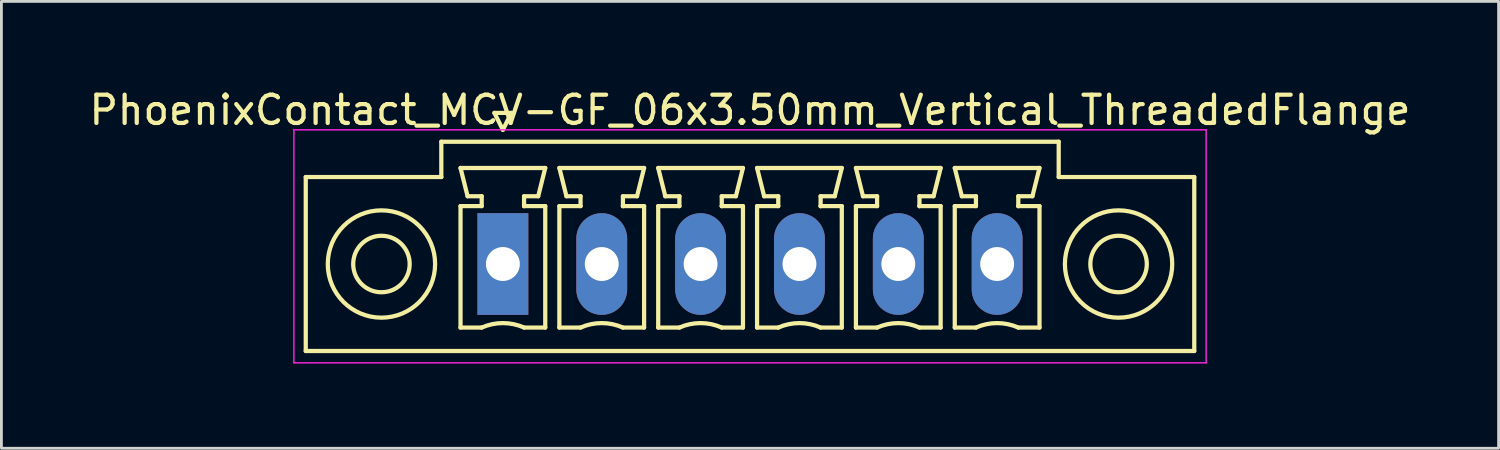
<source format=kicad_pcb>
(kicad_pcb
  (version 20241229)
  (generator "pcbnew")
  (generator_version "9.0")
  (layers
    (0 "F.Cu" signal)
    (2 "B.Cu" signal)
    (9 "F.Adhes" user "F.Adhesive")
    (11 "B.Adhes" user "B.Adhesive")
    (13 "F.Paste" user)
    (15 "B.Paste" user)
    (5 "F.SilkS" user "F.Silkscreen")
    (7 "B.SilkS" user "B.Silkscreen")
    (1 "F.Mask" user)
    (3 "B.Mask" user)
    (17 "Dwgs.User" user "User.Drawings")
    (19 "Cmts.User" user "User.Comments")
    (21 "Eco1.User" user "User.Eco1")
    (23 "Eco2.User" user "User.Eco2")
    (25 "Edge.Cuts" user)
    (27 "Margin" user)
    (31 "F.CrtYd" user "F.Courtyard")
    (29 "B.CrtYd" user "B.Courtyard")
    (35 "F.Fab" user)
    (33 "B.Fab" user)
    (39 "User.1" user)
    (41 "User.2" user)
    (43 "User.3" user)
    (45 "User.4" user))
  (footprint "PhoenixContact_MCV-GF_06x3.50mm_Vertical_ThreadedFlange"
    (layer "F.Cu")
    (at 14.756 6.298)
    (property "Reference" "PhoenixContact_MCV-GF_06x3.50mm_Vertical_ThreadedFlange" (at 8.75 -5.45 0) (layer "F.SilkS") (effects (font (size 1 1) (thickness 0.15))))
    (attr through_hole)
    (fp_line (start -6.98 -3.08) (end -6.98 3.08) (stroke (width 0.15) (type solid)) (layer "F.SilkS"))
    (fp_line (start -6.98 3.08) (end 24.48 3.08) (stroke (width 0.15) (type solid)) (layer "F.SilkS"))
    (fp_line (start -2.18 -4.33) (end -2.18 -3.08) (stroke (width 0.15) (type solid)) (layer "F.SilkS"))
    (fp_line (start -2.18 -3.08) (end -6.98 -3.08) (stroke (width 0.15) (type solid)) (layer "F.SilkS"))
    (fp_line (start -1.5 -3.4) (end 1.5 -3.4) (stroke (width 0.15) (type solid)) (layer "F.SilkS"))
    (fp_line (start -1.5 -2.05) (end -0.75 -2.05) (stroke (width 0.15) (type solid)) (layer "F.SilkS"))
    (fp_line (start -1.5 2.25) (end -1.5 -2.05) (stroke (width 0.15) (type solid)) (layer "F.SilkS"))
    (fp_line (start -1.25 -2.4) (end -1.5 -3.4) (stroke (width 0.15) (type solid)) (layer "F.SilkS"))
    (fp_line (start -0.75 -2.4) (end -1.25 -2.4) (stroke (width 0.15) (type solid)) (layer "F.SilkS"))
    (fp_line (start -0.75 -2.05) (end -0.75 -2.4) (stroke (width 0.15) (type solid)) (layer "F.SilkS"))
    (fp_line (start -0.75 2.25) (end -1.5 2.25) (stroke (width 0.15) (type solid)) (layer "F.SilkS"))
    (fp_line (start -0.3 -5.35) (end 0 -4.75) (stroke (width 0.15) (type solid)) (layer "F.SilkS"))
    (fp_line (start 0 -4.75) (end 0.3 -5.35) (stroke (width 0.15) (type solid)) (layer "F.SilkS"))
    (fp_line (start 0.3 -5.35) (end -0.3 -5.35) (stroke (width 0.15) (type solid)) (layer "F.SilkS"))
    (fp_line (start 0.75 -2.4) (end 0.75 -2.05) (stroke (width 0.15) (type solid)) (layer "F.SilkS"))
    (fp_line (start 0.75 -2.05) (end 0.75 -2.05) (stroke (width 0.15) (type solid)) (layer "F.SilkS"))
    (fp_line (start 0.75 -2.05) (end 1.5 -2.05) (stroke (width 0.15) (type solid)) (layer "F.SilkS"))
    (fp_line (start 1.25 -2.4) (end 0.75 -2.4) (stroke (width 0.15) (type solid)) (layer "F.SilkS"))
    (fp_line (start 1.5 -3.4) (end 1.25 -2.4) (stroke (width 0.15) (type solid)) (layer "F.SilkS"))
    (fp_line (start 1.5 -2.05) (end 1.5 2.25) (stroke (width 0.15) (type solid)) (layer "F.SilkS"))
    (fp_line (start 1.5 2.25) (end 0.75 2.25) (stroke (width 0.15) (type solid)) (layer "F.SilkS"))
    (fp_line (start 2 -3.4) (end 5 -3.4) (stroke (width 0.15) (type solid)) (layer "F.SilkS"))
    (fp_line (start 2 -2.05) (end 2.75 -2.05) (stroke (width 0.15) (type solid)) (layer "F.SilkS"))
    (fp_line (start 2 2.25) (end 2 -2.05) (stroke (width 0.15) (type solid)) (layer "F.SilkS"))
    (fp_line (start 2.25 -2.4) (end 2 -3.4) (stroke (width 0.15) (type solid)) (layer "F.SilkS"))
    (fp_line (start 2.75 -2.4) (end 2.25 -2.4) (stroke (width 0.15) (type solid)) (layer "F.SilkS"))
    (fp_line (start 2.75 -2.05) (end 2.75 -2.4) (stroke (width 0.15) (type solid)) (layer "F.SilkS"))
    (fp_line (start 2.75 2.25) (end 2 2.25) (stroke (width 0.15) (type solid)) (layer "F.SilkS"))
    (fp_line (start 4.25 -2.4) (end 4.25 -2.05) (stroke (width 0.15) (type solid)) (layer "F.SilkS"))
    (fp_line (start 4.25 -2.05) (end 4.25 -2.05) (stroke (width 0.15) (type solid)) (layer "F.SilkS"))
    (fp_line (start 4.25 -2.05) (end 5 -2.05) (stroke (width 0.15) (type solid)) (layer "F.SilkS"))
    (fp_line (start 4.75 -2.4) (end 4.25 -2.4) (stroke (width 0.15) (type solid)) (layer "F.SilkS"))
    (fp_line (start 5 -3.4) (end 4.75 -2.4) (stroke (width 0.15) (type solid)) (layer "F.SilkS"))
    (fp_line (start 5 -2.05) (end 5 2.25) (stroke (width 0.15) (type solid)) (layer "F.SilkS"))
    (fp_line (start 5 2.25) (end 4.25 2.25) (stroke (width 0.15) (type solid)) (layer "F.SilkS"))
    (fp_line (start 5.5 -3.4) (end 8.5 -3.4) (stroke (width 0.15) (type solid)) (layer "F.SilkS"))
    (fp_line (start 5.5 -2.05) (end 6.25 -2.05) (stroke (width 0.15) (type solid)) (layer "F.SilkS"))
    (fp_line (start 5.5 2.25) (end 5.5 -2.05) (stroke (width 0.15) (type solid)) (layer "F.SilkS"))
    (fp_line (start 5.75 -2.4) (end 5.5 -3.4) (stroke (width 0.15) (type solid)) (layer "F.SilkS"))
    (fp_line (start 6.25 -2.4) (end 5.75 -2.4) (stroke (width 0.15) (type solid)) (layer "F.SilkS"))
    (fp_line (start 6.25 -2.05) (end 6.25 -2.4) (stroke (width 0.15) (type solid)) (layer "F.SilkS"))
    (fp_line (start 6.25 2.25) (end 5.5 2.25) (stroke (width 0.15) (type solid)) (layer "F.SilkS"))
    (fp_line (start 7.75 -2.4) (end 7.75 -2.05) (stroke (width 0.15) (type solid)) (layer "F.SilkS"))
    (fp_line (start 7.75 -2.05) (end 7.75 -2.05) (stroke (width 0.15) (type solid)) (layer "F.SilkS"))
    (fp_line (start 7.75 -2.05) (end 8.5 -2.05) (stroke (width 0.15) (type solid)) (layer "F.SilkS"))
    (fp_line (start 8.25 -2.4) (end 7.75 -2.4) (stroke (width 0.15) (type solid)) (layer "F.SilkS"))
    (fp_line (start 8.5 -3.4) (end 8.25 -2.4) (stroke (width 0.15) (type solid)) (layer "F.SilkS"))
    (fp_line (start 8.5 -2.05) (end 8.5 2.25) (stroke (width 0.15) (type solid)) (layer "F.SilkS"))
    (fp_line (start 8.5 2.25) (end 7.75 2.25) (stroke (width 0.15) (type solid)) (layer "F.SilkS"))
    (fp_line (start 9 -3.4) (end 12 -3.4) (stroke (width 0.15) (type solid)) (layer "F.SilkS"))
    (fp_line (start 9 -2.05) (end 9.75 -2.05) (stroke (width 0.15) (type solid)) (layer "F.SilkS"))
    (fp_line (start 9 2.25) (end 9 -2.05) (stroke (width 0.15) (type solid)) (layer "F.SilkS"))
    (fp_line (start 9.25 -2.4) (end 9 -3.4) (stroke (width 0.15) (type solid)) (layer "F.SilkS"))
    (fp_line (start 9.75 -2.4) (end 9.25 -2.4) (stroke (width 0.15) (type solid)) (layer "F.SilkS"))
    (fp_line (start 9.75 -2.05) (end 9.75 -2.4) (stroke (width 0.15) (type solid)) (layer "F.SilkS"))
    (fp_line (start 9.75 2.25) (end 9 2.25) (stroke (width 0.15) (type solid)) (layer "F.SilkS"))
    (fp_line (start 11.25 -2.4) (end 11.25 -2.05) (stroke (width 0.15) (type solid)) (layer "F.SilkS"))
    (fp_line (start 11.25 -2.05) (end 11.25 -2.05) (stroke (width 0.15) (type solid)) (layer "F.SilkS"))
    (fp_line (start 11.25 -2.05) (end 12 -2.05) (stroke (width 0.15) (type solid)) (layer "F.SilkS"))
    (fp_line (start 11.75 -2.4) (end 11.25 -2.4) (stroke (width 0.15) (type solid)) (layer "F.SilkS"))
    (fp_line (start 12 -3.4) (end 11.75 -2.4) (stroke (width 0.15) (type solid)) (layer "F.SilkS"))
    (fp_line (start 12 -2.05) (end 12 2.25) (stroke (width 0.15) (type solid)) (layer "F.SilkS"))
    (fp_line (start 12 2.25) (end 11.25 2.25) (stroke (width 0.15) (type solid)) (layer "F.SilkS"))
    (fp_line (start 12.5 -3.4) (end 15.5 -3.4) (stroke (width 0.15) (type solid)) (layer "F.SilkS"))
    (fp_line (start 12.5 -2.05) (end 13.25 -2.05) (stroke (width 0.15) (type solid)) (layer "F.SilkS"))
    (fp_line (start 12.5 2.25) (end 12.5 -2.05) (stroke (width 0.15) (type solid)) (layer "F.SilkS"))
    (fp_line (start 12.75 -2.4) (end 12.5 -3.4) (stroke (width 0.15) (type solid)) (layer "F.SilkS"))
    (fp_line (start 13.25 -2.4) (end 12.75 -2.4) (stroke (width 0.15) (type solid)) (layer "F.SilkS"))
    (fp_line (start 13.25 -2.05) (end 13.25 -2.4) (stroke (width 0.15) (type solid)) (layer "F.SilkS"))
    (fp_line (start 13.25 2.25) (end 12.5 2.25) (stroke (width 0.15) (type solid)) (layer "F.SilkS"))
    (fp_line (start 14.75 -2.4) (end 14.75 -2.05) (stroke (width 0.15) (type solid)) (layer "F.SilkS"))
    (fp_line (start 14.75 -2.05) (end 14.75 -2.05) (stroke (width 0.15) (type solid)) (layer "F.SilkS"))
    (fp_line (start 14.75 -2.05) (end 15.5 -2.05) (stroke (width 0.15) (type solid)) (layer "F.SilkS"))
    (fp_line (start 15.25 -2.4) (end 14.75 -2.4) (stroke (width 0.15) (type solid)) (layer "F.SilkS"))
    (fp_line (start 15.5 -3.4) (end 15.25 -2.4) (stroke (width 0.15) (type solid)) (layer "F.SilkS"))
    (fp_line (start 15.5 -2.05) (end 15.5 2.25) (stroke (width 0.15) (type solid)) (layer "F.SilkS"))
    (fp_line (start 15.5 2.25) (end 14.75 2.25) (stroke (width 0.15) (type solid)) (layer "F.SilkS"))
    (fp_line (start 16 -3.4) (end 19 -3.4) (stroke (width 0.15) (type solid)) (layer "F.SilkS"))
    (fp_line (start 16 -2.05) (end 16.75 -2.05) (stroke (width 0.15) (type solid)) (layer "F.SilkS"))
    (fp_line (start 16 2.25) (end 16 -2.05) (stroke (width 0.15) (type solid)) (layer "F.SilkS"))
    (fp_line (start 16.25 -2.4) (end 16 -3.4) (stroke (width 0.15) (type solid)) (layer "F.SilkS"))
    (fp_line (start 16.75 -2.4) (end 16.25 -2.4) (stroke (width 0.15) (type solid)) (layer "F.SilkS"))
    (fp_line (start 16.75 -2.05) (end 16.75 -2.4) (stroke (width 0.15) (type solid)) (layer "F.SilkS"))
    (fp_line (start 16.75 2.25) (end 16 2.25) (stroke (width 0.15) (type solid)) (layer "F.SilkS"))
    (fp_line (start 18.25 -2.4) (end 18.25 -2.05) (stroke (width 0.15) (type solid)) (layer "F.SilkS"))
    (fp_line (start 18.25 -2.05) (end 18.25 -2.05) (stroke (width 0.15) (type solid)) (layer "F.SilkS"))
    (fp_line (start 18.25 -2.05) (end 19 -2.05) (stroke (width 0.15) (type solid)) (layer "F.SilkS"))
    (fp_line (start 18.75 -2.4) (end 18.25 -2.4) (stroke (width 0.15) (type solid)) (layer "F.SilkS"))
    (fp_line (start 19 -3.4) (end 18.75 -2.4) (stroke (width 0.15) (type solid)) (layer "F.SilkS"))
    (fp_line (start 19 -2.05) (end 19 2.25) (stroke (width 0.15) (type solid)) (layer "F.SilkS"))
    (fp_line (start 19 2.25) (end 18.25 2.25) (stroke (width 0.15) (type solid)) (layer "F.SilkS"))
    (fp_line (start 19.68 -4.33) (end -2.18 -4.33) (stroke (width 0.15) (type solid)) (layer "F.SilkS"))
    (fp_line (start 19.68 -3.08) (end 19.68 -4.33) (stroke (width 0.15) (type solid)) (layer "F.SilkS"))
    (fp_line (start 24.48 -3.08) (end 19.68 -3.08) (stroke (width 0.15) (type solid)) (layer "F.SilkS"))
    (fp_line (start 24.48 3.08) (end 24.48 -3.08) (stroke (width 0.15) (type solid)) (layer "F.SilkS"))
    (fp_arc (start -0.75 2.25) (mid -0.000193 2.09191) (end 0.749647 2.249844) (stroke (width 0.15) (type solid)) (layer "F.SilkS"))
    (fp_arc (start 2.75 2.25) (mid 3.499807 2.09191) (end 4.249647 2.249844) (stroke (width 0.15) (type solid)) (layer "F.SilkS"))
    (fp_arc (start 6.25 2.25) (mid 6.999807 2.09191) (end 7.749647 2.249844) (stroke (width 0.15) (type solid)) (layer "F.SilkS"))
    (fp_arc (start 9.75 2.25) (mid 10.499807 2.09191) (end 11.249647 2.249844) (stroke (width 0.15) (type solid)) (layer "F.SilkS"))
    (fp_arc (start 13.25 2.25) (mid 13.999807 2.09191) (end 14.749647 2.249844) (stroke (width 0.15) (type solid)) (layer "F.SilkS"))
    (fp_arc (start 16.75 2.25) (mid 17.499807 2.09191) (end 18.249647 2.249844) (stroke (width 0.15) (type solid)) (layer "F.SilkS"))
    (fp_circle (center -4.3 0) (end -3.3 0) (stroke (width 0.15) (type solid)) (fill no) (layer "F.SilkS"))
    (fp_circle (center -4.3 0) (end -2.4 0) (stroke (width 0.15) (type solid)) (fill no) (layer "F.SilkS"))
    (fp_circle (center 21.8 0) (end 22.8 0) (stroke (width 0.15) (type solid)) (fill no) (layer "F.SilkS"))
    (fp_circle (center 21.8 0) (end 23.7 0) (stroke (width 0.15) (type solid)) (fill no) (layer "F.SilkS"))
    (fp_line (start -7.4 -4.75) (end -7.4 3.5) (stroke (width 0.05) (type solid)) (layer "F.CrtYd"))
    (fp_line (start -7.4 3.5) (end 24.9 3.5) (stroke (width 0.05) (type solid)) (layer "F.CrtYd"))
    (fp_line (start 24.9 -4.75) (end -7.4 -4.75) (stroke (width 0.05) (type solid)) (layer "F.CrtYd"))
    (fp_line (start 24.9 3.5) (end 24.9 -4.75) (stroke (width 0.05) (type solid)) (layer "F.CrtYd"))
    (pad "1" thru_hole rect (at 0 0) (size 1.8 3.6) (drill 1.2) (layers "*.Cu" "*.Mask"))
    (pad "2" thru_hole oval (at 3.5 0) (size 1.8 3.6) (drill 1.2) (layers "*.Cu" "*.Mask"))
    (pad "3" thru_hole oval (at 7 0) (size 1.8 3.6) (drill 1.2) (layers "*.Cu" "*.Mask"))
    (pad "4" thru_hole oval (at 10.5 0) (size 1.8 3.6) (drill 1.2) (layers "*.Cu" "*.Mask"))
    (pad "5" thru_hole oval (at 14 0) (size 1.8 3.6) (drill 1.2) (layers "*.Cu" "*.Mask"))
    (pad "6" thru_hole oval (at 17.5 0) (size 1.8 3.6) (drill 1.2) (layers "*.Cu" "*.Mask")))
  (gr_rect
    (start -3 -3)
    (end 50.012 12.823)
    (stroke (width 0.1) (type default))
    (fill no)
    (layer "Edge.Cuts")))
</source>
